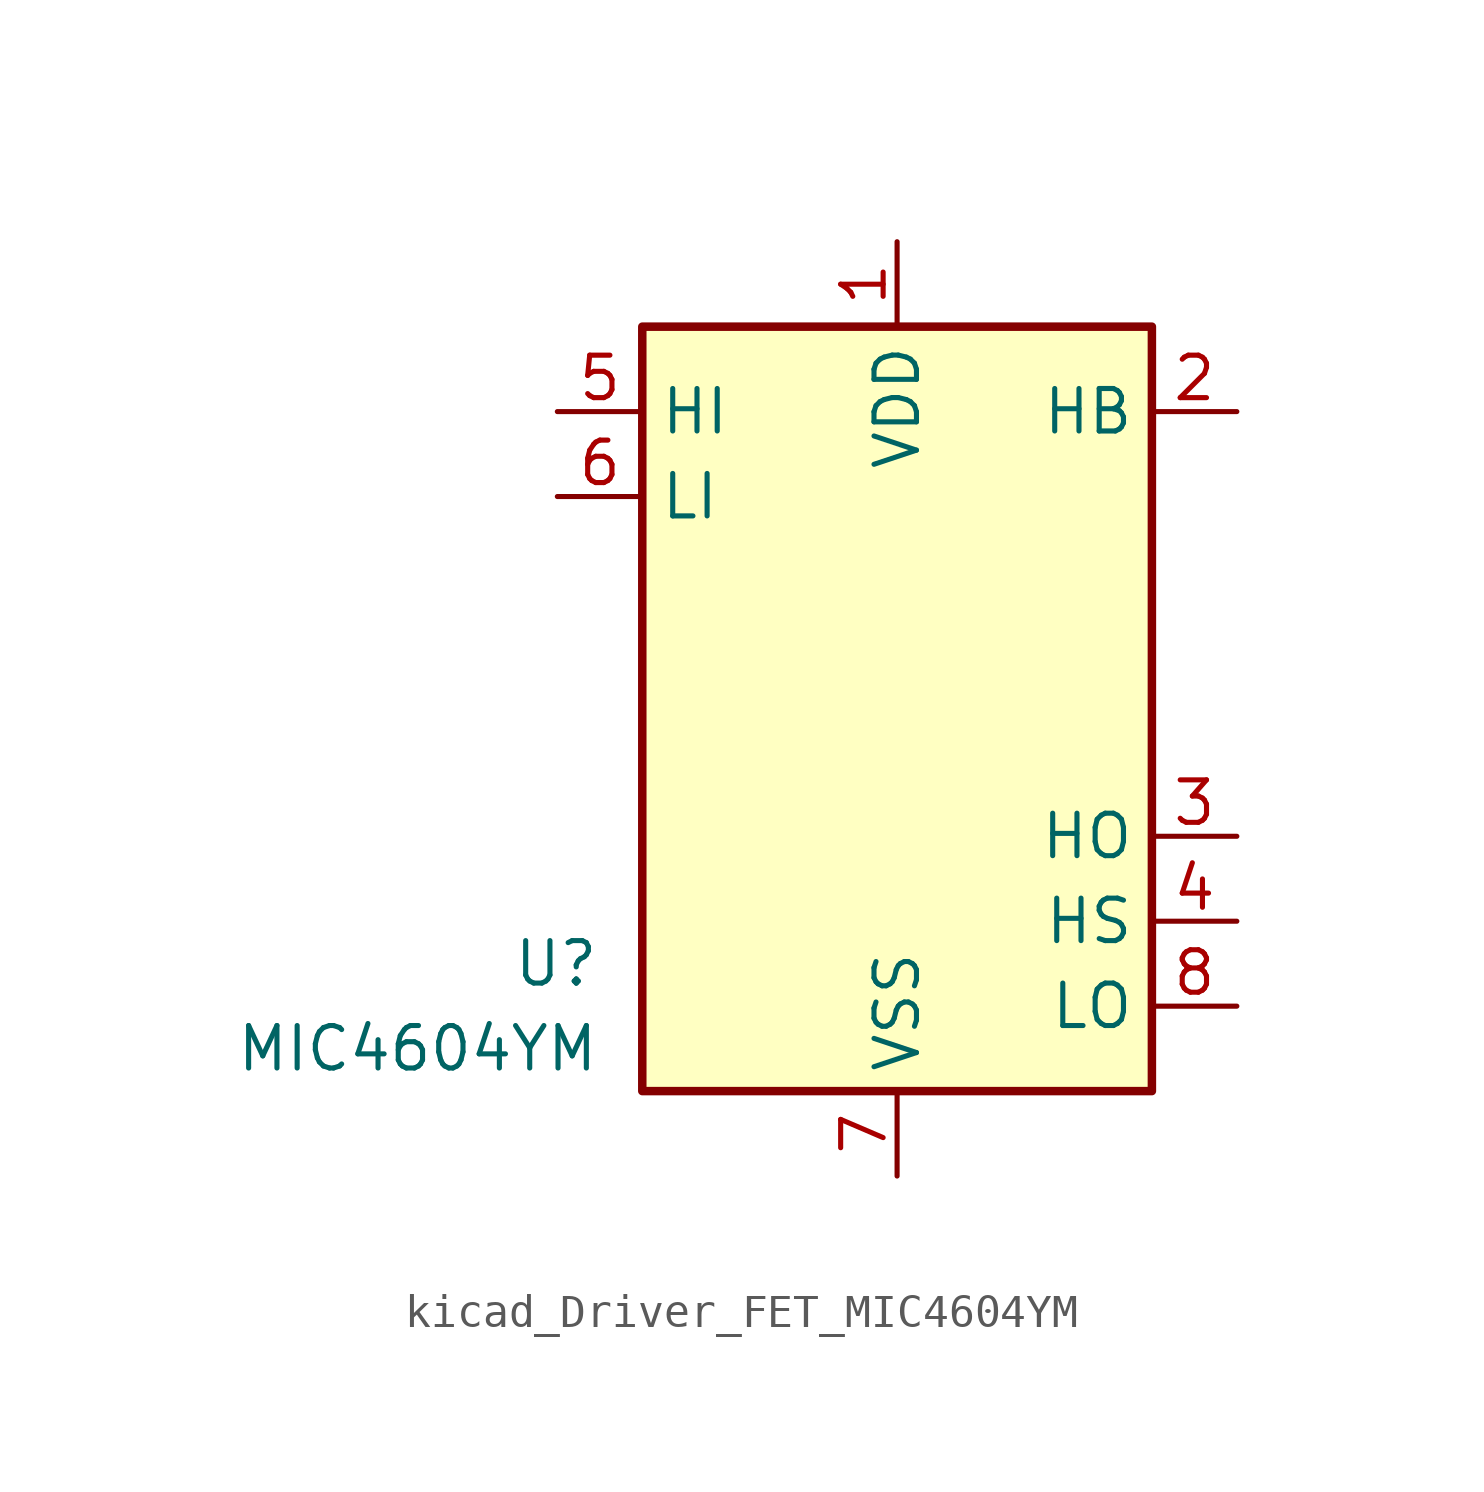
<source format=kicad_sym>
(kicad_symbol_lib
  (version 20220914)
  (generator kicad_symbol_editor)
  (symbol "kicad_Driver_FET_MIC4604YM"
    (property "Reference" "U"
      (at -8.89 -8.89 0)
      (effects (font (size 1.27 1.27)) (justify right)))
    (property "Value" "MIC4604YM"
      (at -8.89 -11.43 0)
      (effects (font (size 1.27 1.27)) (justify right)))
    (symbol "kicad_Driver_FET_MIC4604YM_0_1"
      (rectangle (start -7.62 -12.7) (end 7.62 10.16) (stroke (width 0.254) (type default)) (fill (type background))))
    (symbol "kicad_Driver_FET_MIC4604YM_1_1"
      (pin power_in line (at 0 12.7 270) (length 2.54) (name "VDD" (effects (font (size 1.27 1.27)))) (number "1" (effects (font (size 1.27 1.27)))))
      (pin passive line (at 10.16 7.62 180) (length 2.54) (name "HB" (effects (font (size 1.27 1.27)))) (number "2" (effects (font (size 1.27 1.27)))))
      (pin output line (at 10.16 -5.08 180) (length 2.54) (name "HO" (effects (font (size 1.27 1.27)))) (number "3" (effects (font (size 1.27 1.27)))))
      (pin passive line (at 10.16 -7.62 180) (length 2.54) (name "HS" (effects (font (size 1.27 1.27)))) (number "4" (effects (font (size 1.27 1.27)))))
      (pin input line (at -10.16 7.62 0) (length 2.54) (name "HI" (effects (font (size 1.27 1.27)))) (number "5" (effects (font (size 1.27 1.27)))))
      (pin input line (at -10.16 5.08 0) (length 2.54) (name "LI" (effects (font (size 1.27 1.27)))) (number "6" (effects (font (size 1.27 1.27)))))
      (pin power_in line (at 0 -15.24 90) (length 2.54) (name "VSS" (effects (font (size 1.27 1.27)))) (number "7" (effects (font (size 1.27 1.27)))))
      (pin output line (at 10.16 -10.16 180) (length 2.54) (name "LO" (effects (font (size 1.27 1.27)))) (number "8" (effects (font (size 1.27 1.27))))))))
</source>
